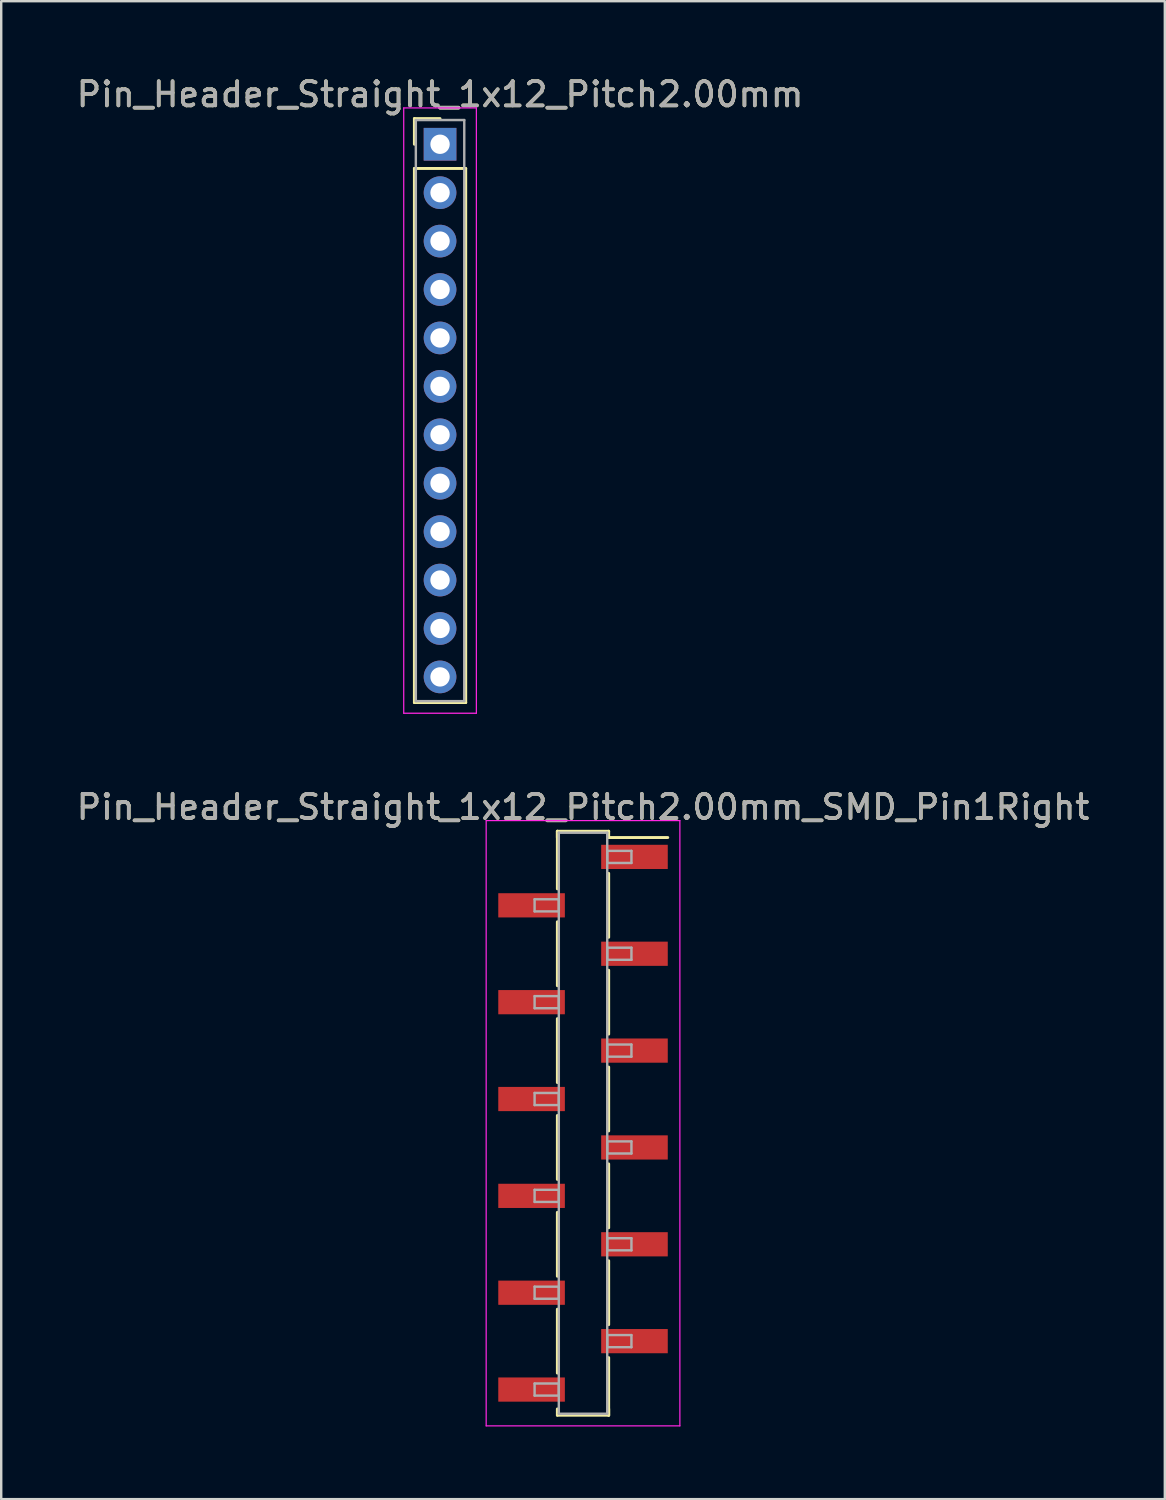
<source format=kicad_pcb>
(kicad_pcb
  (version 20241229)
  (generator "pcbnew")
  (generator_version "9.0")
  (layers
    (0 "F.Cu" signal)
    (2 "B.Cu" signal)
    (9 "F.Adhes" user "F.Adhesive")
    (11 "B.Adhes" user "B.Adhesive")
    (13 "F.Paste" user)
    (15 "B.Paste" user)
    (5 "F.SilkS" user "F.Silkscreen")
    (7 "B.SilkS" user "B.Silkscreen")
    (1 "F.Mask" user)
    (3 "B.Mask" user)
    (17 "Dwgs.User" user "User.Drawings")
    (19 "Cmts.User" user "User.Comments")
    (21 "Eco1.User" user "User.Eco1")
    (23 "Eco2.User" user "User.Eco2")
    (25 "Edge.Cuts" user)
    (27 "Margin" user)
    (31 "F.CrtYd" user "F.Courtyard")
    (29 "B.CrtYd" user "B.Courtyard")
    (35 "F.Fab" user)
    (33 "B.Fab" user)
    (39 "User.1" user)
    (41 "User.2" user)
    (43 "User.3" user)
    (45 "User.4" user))
  (footprint "Pin_Header_Straight_1x12_Pitch2.00mm"
    (layer "F.Cu")
    (at 15.125 2.908)
    (property "Reference" "Pin_Header_Straight_1x12_Pitch2.00mm" (at 0 -2.06 0) (layer "F.SilkS") (effects (font (size 1 1) (thickness 0.15))))
    (attr through_hole)
    (fp_line (start -1.06 -1.06) (end 0 -1.06) (stroke (width 0.12) (type solid)) (layer "F.SilkS"))
    (fp_line (start -1.06 0) (end -1.06 -1.06) (stroke (width 0.12) (type solid)) (layer "F.SilkS"))
    (fp_line (start -1.06 1) (end -1.06 23.06) (stroke (width 0.12) (type solid)) (layer "F.SilkS"))
    (fp_line (start -1.06 23.06) (end 1.06 23.06) (stroke (width 0.12) (type solid)) (layer "F.SilkS"))
    (fp_line (start 1.06 1) (end -1.06 1) (stroke (width 0.12) (type solid)) (layer "F.SilkS"))
    (fp_line (start 1.06 23.06) (end 1.06 1) (stroke (width 0.12) (type solid)) (layer "F.SilkS"))
    (fp_line (start -1.5 -1.5) (end -1.5 23.5) (stroke (width 0.05) (type solid)) (layer "F.CrtYd"))
    (fp_line (start -1.5 23.5) (end 1.5 23.5) (stroke (width 0.05) (type solid)) (layer "F.CrtYd"))
    (fp_line (start 1.5 -1.5) (end -1.5 -1.5) (stroke (width 0.05) (type solid)) (layer "F.CrtYd"))
    (fp_line (start 1.5 23.5) (end 1.5 -1.5) (stroke (width 0.05) (type solid)) (layer "F.CrtYd"))
    (fp_line (start -1 -1) (end -1 23) (stroke (width 0.1) (type solid)) (layer "F.Fab"))
    (fp_line (start -1 23) (end 1 23) (stroke (width 0.1) (type solid)) (layer "F.Fab"))
    (fp_line (start 1 -1) (end -1 -1) (stroke (width 0.1) (type solid)) (layer "F.Fab"))
    (fp_line (start 1 23) (end 1 -1) (stroke (width 0.1) (type solid)) (layer "F.Fab"))
    (fp_text user "${REFERENCE}" (at 0 -2.06 0) (layer "F.Fab") (effects (font (size 1 1) (thickness 0.15))))
    (pad "1" thru_hole rect (at 0 0) (size 1.35 1.35) (drill 0.8) (layers "*.Cu" "*.Mask"))
    (pad "2" thru_hole oval (at 0 2) (size 1.35 1.35) (drill 0.8) (layers "*.Cu" "*.Mask"))
    (pad "3" thru_hole oval (at 0 4) (size 1.35 1.35) (drill 0.8) (layers "*.Cu" "*.Mask"))
    (pad "4" thru_hole oval (at 0 6) (size 1.35 1.35) (drill 0.8) (layers "*.Cu" "*.Mask"))
    (pad "5" thru_hole oval (at 0 8) (size 1.35 1.35) (drill 0.8) (layers "*.Cu" "*.Mask"))
    (pad "6" thru_hole oval (at 0 10) (size 1.35 1.35) (drill 0.8) (layers "*.Cu" "*.Mask"))
    (pad "7" thru_hole oval (at 0 12) (size 1.35 1.35) (drill 0.8) (layers "*.Cu" "*.Mask"))
    (pad "8" thru_hole oval (at 0 14) (size 1.35 1.35) (drill 0.8) (layers "*.Cu" "*.Mask"))
    (pad "9" thru_hole oval (at 0 16) (size 1.35 1.35) (drill 0.8) (layers "*.Cu" "*.Mask"))
    (pad "10" thru_hole oval (at 0 18) (size 1.35 1.35) (drill 0.8) (layers "*.Cu" "*.Mask"))
    (pad "11" thru_hole oval (at 0 20) (size 1.35 1.35) (drill 0.8) (layers "*.Cu" "*.Mask"))
    (pad "12" thru_hole oval (at 0 22) (size 1.35 1.35) (drill 0.8) (layers "*.Cu" "*.Mask")))
  (footprint "Pin_Header_Straight_1x12_Pitch2.00mm_SMD_Pin1Right"
    (layer "F.Cu")
    (at 21.03 43.342)
    (property "Reference" "Pin_Header_Straight_1x12_Pitch2.00mm_SMD_Pin1Right" (at 0 -13.06 0) (layer "F.SilkS") (effects (font (size 1 1) (thickness 0.15))))
    (attr smd)
    (fp_line (start -1.06 -12.06) (end -1.06 -9.68) (stroke (width 0.12) (type solid)) (layer "F.SilkS"))
    (fp_line (start -1.06 -12.06) (end 1.06 -12.06) (stroke (width 0.12) (type solid)) (layer "F.SilkS"))
    (fp_line (start -1.06 -11.8) (end -1.06 -12.06) (stroke (width 0.12) (type solid)) (layer "F.SilkS"))
    (fp_line (start -1.06 -8.32) (end -1.06 -5.68) (stroke (width 0.12) (type solid)) (layer "F.SilkS"))
    (fp_line (start -1.06 -4.32) (end -1.06 -1.68) (stroke (width 0.12) (type solid)) (layer "F.SilkS"))
    (fp_line (start -1.06 -0.32) (end -1.06 2.32) (stroke (width 0.12) (type solid)) (layer "F.SilkS"))
    (fp_line (start -1.06 3.68) (end -1.06 6.32) (stroke (width 0.12) (type solid)) (layer "F.SilkS"))
    (fp_line (start -1.06 7.68) (end -1.06 10.32) (stroke (width 0.12) (type solid)) (layer "F.SilkS"))
    (fp_line (start -1.06 11.8) (end -1.06 12.06) (stroke (width 0.12) (type solid)) (layer "F.SilkS"))
    (fp_line (start -1.06 12.06) (end 1.06 12.06) (stroke (width 0.12) (type solid)) (layer "F.SilkS"))
    (fp_line (start 1.06 -12.06) (end 1.06 -11.8) (stroke (width 0.12) (type solid)) (layer "F.SilkS"))
    (fp_line (start 1.06 -11.8) (end 3.5 -11.8) (stroke (width 0.12) (type solid)) (layer "F.SilkS"))
    (fp_line (start 1.06 -10.32) (end 1.06 -7.68) (stroke (width 0.12) (type solid)) (layer "F.SilkS"))
    (fp_line (start 1.06 -6.32) (end 1.06 -3.68) (stroke (width 0.12) (type solid)) (layer "F.SilkS"))
    (fp_line (start 1.06 -2.32) (end 1.06 0.32) (stroke (width 0.12) (type solid)) (layer "F.SilkS"))
    (fp_line (start 1.06 1.68) (end 1.06 4.32) (stroke (width 0.12) (type solid)) (layer "F.SilkS"))
    (fp_line (start 1.06 5.68) (end 1.06 8.32) (stroke (width 0.12) (type solid)) (layer "F.SilkS"))
    (fp_line (start 1.06 9.68) (end 1.06 12.06) (stroke (width 0.12) (type solid)) (layer "F.SilkS"))
    (fp_line (start 1.06 12.06) (end 1.06 11.8) (stroke (width 0.12) (type solid)) (layer "F.SilkS"))
    (fp_line (start -4 -12.5) (end -4 12.5) (stroke (width 0.05) (type solid)) (layer "F.CrtYd"))
    (fp_line (start -4 12.5) (end 4 12.5) (stroke (width 0.05) (type solid)) (layer "F.CrtYd"))
    (fp_line (start 4 -12.5) (end -4 -12.5) (stroke (width 0.05) (type solid)) (layer "F.CrtYd"))
    (fp_line (start 4 12.5) (end 4 -12.5) (stroke (width 0.05) (type solid)) (layer "F.CrtYd"))
    (fp_line (start -2 -9.25) (end -1 -9.25) (stroke (width 0.1) (type solid)) (layer "F.Fab"))
    (fp_line (start -2 -8.75) (end -2 -9.25) (stroke (width 0.1) (type solid)) (layer "F.Fab"))
    (fp_line (start -2 -5.25) (end -1 -5.25) (stroke (width 0.1) (type solid)) (layer "F.Fab"))
    (fp_line (start -2 -4.75) (end -2 -5.25) (stroke (width 0.1) (type solid)) (layer "F.Fab"))
    (fp_line (start -2 -1.25) (end -1 -1.25) (stroke (width 0.1) (type solid)) (layer "F.Fab"))
    (fp_line (start -2 -0.75) (end -2 -1.25) (stroke (width 0.1) (type solid)) (layer "F.Fab"))
    (fp_line (start -2 2.75) (end -1 2.75) (stroke (width 0.1) (type solid)) (layer "F.Fab"))
    (fp_line (start -2 3.25) (end -2 2.75) (stroke (width 0.1) (type solid)) (layer "F.Fab"))
    (fp_line (start -2 6.75) (end -1 6.75) (stroke (width 0.1) (type solid)) (layer "F.Fab"))
    (fp_line (start -2 7.25) (end -2 6.75) (stroke (width 0.1) (type solid)) (layer "F.Fab"))
    (fp_line (start -2 10.75) (end -1 10.75) (stroke (width 0.1) (type solid)) (layer "F.Fab"))
    (fp_line (start -2 11.25) (end -2 10.75) (stroke (width 0.1) (type solid)) (layer "F.Fab"))
    (fp_line (start -1 -12) (end -1 12) (stroke (width 0.1) (type solid)) (layer "F.Fab"))
    (fp_line (start -1 -9.25) (end -1 -8.75) (stroke (width 0.1) (type solid)) (layer "F.Fab"))
    (fp_line (start -1 -8.75) (end -2 -8.75) (stroke (width 0.1) (type solid)) (layer "F.Fab"))
    (fp_line (start -1 -5.25) (end -1 -4.75) (stroke (width 0.1) (type solid)) (layer "F.Fab"))
    (fp_line (start -1 -4.75) (end -2 -4.75) (stroke (width 0.1) (type solid)) (layer "F.Fab"))
    (fp_line (start -1 -1.25) (end -1 -0.75) (stroke (width 0.1) (type solid)) (layer "F.Fab"))
    (fp_line (start -1 -0.75) (end -2 -0.75) (stroke (width 0.1) (type solid)) (layer "F.Fab"))
    (fp_line (start -1 2.75) (end -1 3.25) (stroke (width 0.1) (type solid)) (layer "F.Fab"))
    (fp_line (start -1 3.25) (end -2 3.25) (stroke (width 0.1) (type solid)) (layer "F.Fab"))
    (fp_line (start -1 6.75) (end -1 7.25) (stroke (width 0.1) (type solid)) (layer "F.Fab"))
    (fp_line (start -1 7.25) (end -2 7.25) (stroke (width 0.1) (type solid)) (layer "F.Fab"))
    (fp_line (start -1 10.75) (end -1 11.25) (stroke (width 0.1) (type solid)) (layer "F.Fab"))
    (fp_line (start -1 11.25) (end -2 11.25) (stroke (width 0.1) (type solid)) (layer "F.Fab"))
    (fp_line (start -1 12) (end 1 12) (stroke (width 0.1) (type solid)) (layer "F.Fab"))
    (fp_line (start 1 -12) (end -1 -12) (stroke (width 0.1) (type solid)) (layer "F.Fab"))
    (fp_line (start 1 -11.25) (end 1 -10.75) (stroke (width 0.1) (type solid)) (layer "F.Fab"))
    (fp_line (start 1 -10.75) (end 2 -10.75) (stroke (width 0.1) (type solid)) (layer "F.Fab"))
    (fp_line (start 1 -7.25) (end 1 -6.75) (stroke (width 0.1) (type solid)) (layer "F.Fab"))
    (fp_line (start 1 -6.75) (end 2 -6.75) (stroke (width 0.1) (type solid)) (layer "F.Fab"))
    (fp_line (start 1 -3.25) (end 1 -2.75) (stroke (width 0.1) (type solid)) (layer "F.Fab"))
    (fp_line (start 1 -2.75) (end 2 -2.75) (stroke (width 0.1) (type solid)) (layer "F.Fab"))
    (fp_line (start 1 0.75) (end 1 1.25) (stroke (width 0.1) (type solid)) (layer "F.Fab"))
    (fp_line (start 1 1.25) (end 2 1.25) (stroke (width 0.1) (type solid)) (layer "F.Fab"))
    (fp_line (start 1 4.75) (end 1 5.25) (stroke (width 0.1) (type solid)) (layer "F.Fab"))
    (fp_line (start 1 5.25) (end 2 5.25) (stroke (width 0.1) (type solid)) (layer "F.Fab"))
    (fp_line (start 1 8.75) (end 1 9.25) (stroke (width 0.1) (type solid)) (layer "F.Fab"))
    (fp_line (start 1 9.25) (end 2 9.25) (stroke (width 0.1) (type solid)) (layer "F.Fab"))
    (fp_line (start 1 12) (end 1 -12) (stroke (width 0.1) (type solid)) (layer "F.Fab"))
    (fp_line (start 2 -11.25) (end 1 -11.25) (stroke (width 0.1) (type solid)) (layer "F.Fab"))
    (fp_line (start 2 -10.75) (end 2 -11.25) (stroke (width 0.1) (type solid)) (layer "F.Fab"))
    (fp_line (start 2 -7.25) (end 1 -7.25) (stroke (width 0.1) (type solid)) (layer "F.Fab"))
    (fp_line (start 2 -6.75) (end 2 -7.25) (stroke (width 0.1) (type solid)) (layer "F.Fab"))
    (fp_line (start 2 -3.25) (end 1 -3.25) (stroke (width 0.1) (type solid)) (layer "F.Fab"))
    (fp_line (start 2 -2.75) (end 2 -3.25) (stroke (width 0.1) (type solid)) (layer "F.Fab"))
    (fp_line (start 2 0.75) (end 1 0.75) (stroke (width 0.1) (type solid)) (layer "F.Fab"))
    (fp_line (start 2 1.25) (end 2 0.75) (stroke (width 0.1) (type solid)) (layer "F.Fab"))
    (fp_line (start 2 4.75) (end 1 4.75) (stroke (width 0.1) (type solid)) (layer "F.Fab"))
    (fp_line (start 2 5.25) (end 2 4.75) (stroke (width 0.1) (type solid)) (layer "F.Fab"))
    (fp_line (start 2 8.75) (end 1 8.75) (stroke (width 0.1) (type solid)) (layer "F.Fab"))
    (fp_line (start 2 9.25) (end 2 8.75) (stroke (width 0.1) (type solid)) (layer "F.Fab"))
    (fp_text user "${REFERENCE}" (at 0 -13.06 0) (layer "F.Fab") (effects (font (size 1 1) (thickness 0.15))))
    (pad "1" smd rect (at 2.125 -11) (size 2.75 1) (layers "F.Cu" "F.Mask" "F.Paste"))
    (pad "2" smd rect (at -2.125 -9) (size 2.75 1) (layers "F.Cu" "F.Mask" "F.Paste"))
    (pad "3" smd rect (at 2.125 -7) (size 2.75 1) (layers "F.Cu" "F.Mask" "F.Paste"))
    (pad "4" smd rect (at -2.125 -5) (size 2.75 1) (layers "F.Cu" "F.Mask" "F.Paste"))
    (pad "5" smd rect (at 2.125 -3) (size 2.75 1) (layers "F.Cu" "F.Mask" "F.Paste"))
    (pad "6" smd rect (at -2.125 -1) (size 2.75 1) (layers "F.Cu" "F.Mask" "F.Paste"))
    (pad "7" smd rect (at 2.125 1) (size 2.75 1) (layers "F.Cu" "F.Mask" "F.Paste"))
    (pad "8" smd rect (at -2.125 3) (size 2.75 1) (layers "F.Cu" "F.Mask" "F.Paste"))
    (pad "9" smd rect (at 2.125 5) (size 2.75 1) (layers "F.Cu" "F.Mask" "F.Paste"))
    (pad "10" smd rect (at -2.125 7) (size 2.75 1) (layers "F.Cu" "F.Mask" "F.Paste"))
    (pad "11" smd rect (at 2.125 9) (size 2.75 1) (layers "F.Cu" "F.Mask" "F.Paste"))
    (pad "12" smd rect (at -2.125 11) (size 2.75 1) (layers "F.Cu" "F.Mask" "F.Paste")))
  (gr_rect
    (start -3 -3)
    (end 45.06 58.867)
    (stroke (width 0.1) (type default))
    (fill no)
    (layer "Edge.Cuts")))
</source>
